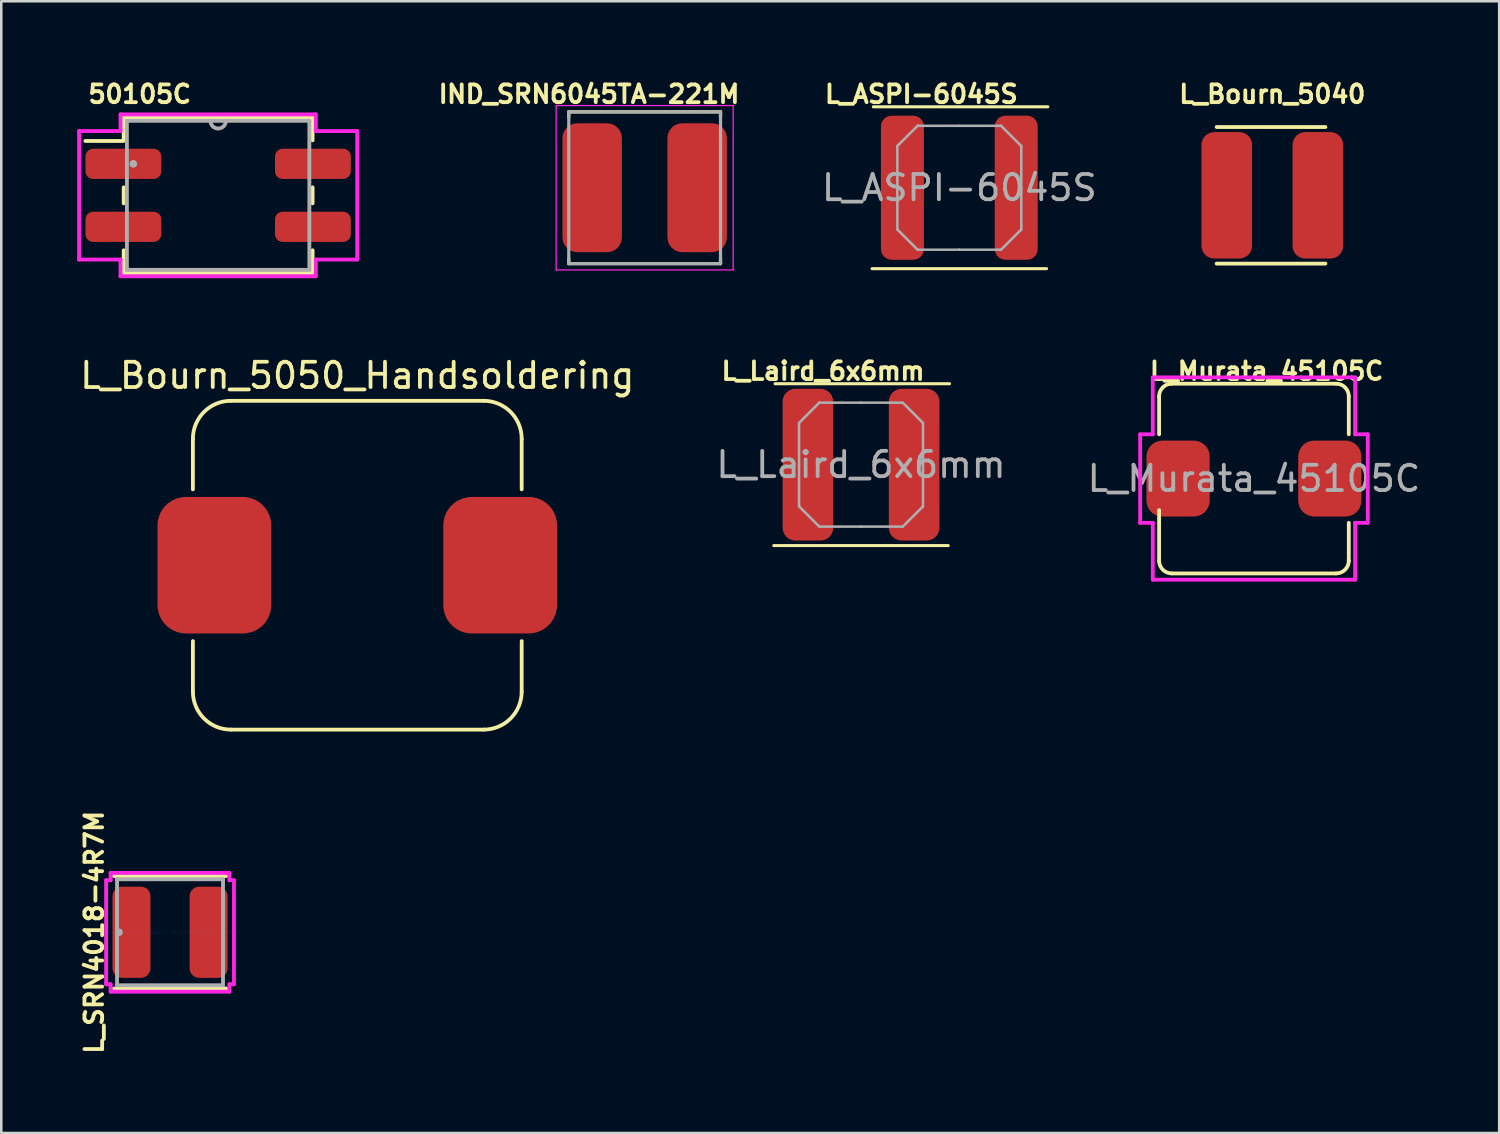
<source format=kicad_pcb>
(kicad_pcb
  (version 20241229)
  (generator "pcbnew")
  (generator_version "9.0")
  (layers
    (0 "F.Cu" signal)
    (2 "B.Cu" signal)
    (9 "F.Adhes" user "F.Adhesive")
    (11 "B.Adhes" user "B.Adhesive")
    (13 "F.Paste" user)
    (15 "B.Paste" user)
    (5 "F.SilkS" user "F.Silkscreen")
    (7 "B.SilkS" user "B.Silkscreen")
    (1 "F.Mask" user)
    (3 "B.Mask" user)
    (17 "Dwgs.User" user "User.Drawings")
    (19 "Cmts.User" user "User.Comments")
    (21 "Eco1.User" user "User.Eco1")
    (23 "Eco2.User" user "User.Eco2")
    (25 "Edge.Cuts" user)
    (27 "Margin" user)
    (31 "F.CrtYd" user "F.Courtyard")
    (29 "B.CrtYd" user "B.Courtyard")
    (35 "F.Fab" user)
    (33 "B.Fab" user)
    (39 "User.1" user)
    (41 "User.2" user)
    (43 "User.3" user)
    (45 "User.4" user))
  (footprint "L_Murata_45105C"
    (layer "F.Cu")
    (at 46.53 15.872)
    (property "Reference" "L_Murata_45105C" (at 0.5 -4.25 0) (layer "F.SilkS") (effects (font (size 0.7 0.7) (thickness 0.15))))
    (attr smd)
    (fp_line (start -3.75 -1.75) (end -3.75 -3.25) (stroke (width 0.15) (type solid)) (layer "F.SilkS"))
    (fp_line (start -3.75 3.25) (end -3.75 1.25) (stroke (width 0.15) (type solid)) (layer "F.SilkS"))
    (fp_line (start -3.25 -3.75) (end 3.25 -3.75) (stroke (width 0.15) (type solid)) (layer "F.SilkS"))
    (fp_line (start 3.25 3.75) (end -3.25 3.75) (stroke (width 0.15) (type solid)) (layer "F.SilkS"))
    (fp_line (start 3.75 -3.25) (end 3.75 -1.75) (stroke (width 0.15) (type solid)) (layer "F.SilkS"))
    (fp_line (start 3.75 1.75) (end 3.75 3.25) (stroke (width 0.15) (type solid)) (layer "F.SilkS"))
    (fp_arc (start -3.75 -3.25) (mid -3.603553 -3.603553) (end -3.25 -3.75) (stroke (width 0.15) (type solid)) (layer "F.SilkS"))
    (fp_arc (start -3.25 3.75) (mid -3.603553 3.603553) (end -3.75 3.25) (stroke (width 0.15) (type solid)) (layer "F.SilkS"))
    (fp_arc (start 3.25 -3.75) (mid 3.603553 -3.603553) (end 3.75 -3.25) (stroke (width 0.15) (type solid)) (layer "F.SilkS"))
    (fp_arc (start 3.75 3.25) (mid 3.603553 3.603553) (end 3.25 3.75) (stroke (width 0.15) (type solid)) (layer "F.SilkS"))
    (fp_line (start -4.5 -1.75) (end -4 -1.75) (stroke (width 0.15) (type solid)) (layer "F.CrtYd"))
    (fp_line (start -4.5 1.75) (end -4.5 -1.75) (stroke (width 0.15) (type solid)) (layer "F.CrtYd"))
    (fp_line (start -4 -4) (end 4 -4) (stroke (width 0.15) (type solid)) (layer "F.CrtYd"))
    (fp_line (start -4 -1.75) (end -4 -4) (stroke (width 0.15) (type solid)) (layer "F.CrtYd"))
    (fp_line (start -4 1.75) (end -4.5 1.75) (stroke (width 0.15) (type solid)) (layer "F.CrtYd"))
    (fp_line (start -4 4) (end -4 1.75) (stroke (width 0.15) (type solid)) (layer "F.CrtYd"))
    (fp_line (start 4 -4) (end 4 -1.75) (stroke (width 0.15) (type solid)) (layer "F.CrtYd"))
    (fp_line (start 4 -1.75) (end 4.5 -1.75) (stroke (width 0.15) (type solid)) (layer "F.CrtYd"))
    (fp_line (start 4 1.75) (end 4 4) (stroke (width 0.15) (type solid)) (layer "F.CrtYd"))
    (fp_line (start 4 4) (end -4 4) (stroke (width 0.15) (type solid)) (layer "F.CrtYd"))
    (fp_line (start 4.5 -1.75) (end 4.5 1.75) (stroke (width 0.15) (type solid)) (layer "F.CrtYd"))
    (fp_line (start 4.5 1.75) (end 4 1.75) (stroke (width 0.15) (type solid)) (layer "F.CrtYd"))
    (fp_text user "${REFERENCE}" (at 0 0 0) (layer "F.Fab") (effects (font (size 1 1) (thickness 0.15))))
    (pad "1" smd roundrect (at -3 0) (size 2.5 3) (layers "F.Cu" "F.Mask" "F.Paste") (roundrect_rratio 0.25))
    (pad "2" smd roundrect (at 3 0) (size 2.5 3) (layers "F.Cu" "F.Mask" "F.Paste") (roundrect_rratio 0.25)))
  (footprint "L_ASPI-6045S"
    (layer "F.Cu")
    (at 34.881 4.373)
    (property "Reference" "L_ASPI-6045S" (at -1.5 -3.7 0) (layer "F.SilkS") (effects (font (size 0.7 0.7) (thickness 0.15))))
    (attr smd)
    (fp_line (start -3.45 3.2) (end 3.45 3.2) (stroke (width 0.12) (type solid)) (layer "F.SilkS"))
    (fp_line (start -3.4 -3.2) (end 3.5 -3.2) (stroke (width 0.12) (type solid)) (layer "F.SilkS"))
    (fp_line (start -2.45 -1.65) (end -1.65 -2.45) (stroke (width 0.1) (type solid)) (layer "F.Fab"))
    (fp_line (start -2.45 0) (end -2.45 -1.65) (stroke (width 0.1) (type solid)) (layer "F.Fab"))
    (fp_line (start -2.45 0) (end -2.45 1.65) (stroke (width 0.1) (type solid)) (layer "F.Fab"))
    (fp_line (start -2.45 1.65) (end -1.65 2.45) (stroke (width 0.1) (type solid)) (layer "F.Fab"))
    (fp_line (start -1.65 -2.45) (end 0 -2.45) (stroke (width 0.1) (type solid)) (layer "F.Fab"))
    (fp_line (start -1.65 2.45) (end 0 2.45) (stroke (width 0.1) (type solid)) (layer "F.Fab"))
    (fp_line (start 1.65 -2.45) (end 0 -2.45) (stroke (width 0.1) (type solid)) (layer "F.Fab"))
    (fp_line (start 1.65 2.45) (end 0 2.45) (stroke (width 0.1) (type solid)) (layer "F.Fab"))
    (fp_line (start 2.45 -1.65) (end 1.65 -2.45) (stroke (width 0.1) (type solid)) (layer "F.Fab"))
    (fp_line (start 2.45 0) (end 2.45 -1.65) (stroke (width 0.1) (type solid)) (layer "F.Fab"))
    (fp_line (start 2.45 0) (end 2.45 1.65) (stroke (width 0.1) (type solid)) (layer "F.Fab"))
    (fp_line (start 2.45 1.65) (end 1.65 2.45) (stroke (width 0.1) (type solid)) (layer "F.Fab"))
    (fp_text user "${REFERENCE}" (at 0 0 0) (layer "F.Fab") (effects (font (size 1 1) (thickness 0.15))))
    (pad "1" smd roundrect (at -2.25 0) (size 1.7 5.7) (layers "F.Cu" "F.Mask" "F.Paste") (roundrect_rratio 0.25))
    (pad "2" smd roundrect (at 2.25 0) (size 1.7 5.7) (layers "F.Cu" "F.Mask" "F.Paste") (roundrect_rratio 0.25)))
  (footprint "IND_SRN6045TA-221M"
    (layer "F.Cu")
    (at 22.439 4.373)
    (property "Reference" "IND_SRN6045TA-221M" (at -2.2 -3.7 0) (layer "F.SilkS") (effects (font (size 0.7 0.7) (thickness 0.15))))
    (attr through_hole)
    (fp_line (start -3 -3) (end 3 -3) (stroke (width 0.127) (type solid)) (layer "F.SilkS"))
    (fp_line (start -3 -2.8) (end -3 -3) (stroke (width 0.127) (type solid)) (layer "F.SilkS"))
    (fp_line (start -3 2.8) (end -3 3) (stroke (width 0.127) (type solid)) (layer "F.SilkS"))
    (fp_line (start -3 3) (end 3 3) (stroke (width 0.127) (type solid)) (layer "F.SilkS"))
    (fp_line (start 3 -3) (end 3 -2.8) (stroke (width 0.127) (type solid)) (layer "F.SilkS"))
    (fp_line (start 3 3) (end 3 2.8) (stroke (width 0.127) (type solid)) (layer "F.SilkS"))
    (fp_line (start -3.5 -3.25) (end 3.5 -3.25) (stroke (width 0.05) (type solid)) (layer "F.CrtYd"))
    (fp_line (start -3.5 3.25) (end -3.5 -3.25) (stroke (width 0.05) (type solid)) (layer "F.CrtYd"))
    (fp_line (start 3.5 -3.25) (end 3.5 3.25) (stroke (width 0.05) (type solid)) (layer "F.CrtYd"))
    (fp_line (start 3.5 3.25) (end -3.5 3.25) (stroke (width 0.05) (type solid)) (layer "F.CrtYd"))
    (fp_line (start -3 -3) (end 3 -3) (stroke (width 0.127) (type solid)) (layer "F.Fab"))
    (fp_line (start -3 3) (end -3 -3) (stroke (width 0.127) (type solid)) (layer "F.Fab"))
    (fp_line (start 3 -3) (end 3 3) (stroke (width 0.127) (type solid)) (layer "F.Fab"))
    (fp_line (start 3 3) (end -3 3) (stroke (width 0.127) (type solid)) (layer "F.Fab"))
    (pad "1" smd roundrect (at -2.075 0) (size 2.35 5.1) (layers "F.Cu" "F.Mask" "F.Paste") (roundrect_rratio 0.25))
    (pad "2" smd roundrect (at 2.075 0) (size 2.35 5.1) (layers "F.Cu" "F.Mask" "F.Paste") (roundrect_rratio 0.25)))
  (footprint "50105C"
    (layer "F.Cu")
    (at 5.575 4.673)
    (property "Reference" "50105C" (at -3.1 -4 0) (layer "F.SilkS") (effects (font (size 0.7 0.7) (thickness 0.15))))
    (attr smd)
    (fp_line (start -3.75 -2.15) (end -5.25 -2.15) (stroke (width 0.15) (type solid)) (layer "F.SilkS"))
    (fp_line (start -3.734 -3.073) (end -3.734 -2.174) (stroke (width 0.152) (type solid)) (layer "F.SilkS"))
    (fp_line (start -3.734 -0.315) (end -3.734 0.315) (stroke (width 0.152) (type solid)) (layer "F.SilkS"))
    (fp_line (start -3.734 2.174) (end -3.734 3.073) (stroke (width 0.152) (type solid)) (layer "F.SilkS"))
    (fp_line (start -3.734 3.073) (end 3.734 3.073) (stroke (width 0.152) (type solid)) (layer "F.SilkS"))
    (fp_line (start 3.734 -3.073) (end -3.734 -3.073) (stroke (width 0.152) (type solid)) (layer "F.SilkS"))
    (fp_line (start 3.734 -2.174) (end 3.734 -3.073) (stroke (width 0.152) (type solid)) (layer "F.SilkS"))
    (fp_line (start 3.734 0.315) (end 3.734 -0.315) (stroke (width 0.152) (type solid)) (layer "F.SilkS"))
    (fp_line (start 3.734 3.073) (end 3.734 2.174) (stroke (width 0.152) (type solid)) (layer "F.SilkS"))
    (fp_line (start -5.499 -2.54) (end -3.861 -2.54) (stroke (width 0.152) (type solid)) (layer "F.CrtYd"))
    (fp_line (start -5.499 2.54) (end -5.499 -2.54) (stroke (width 0.152) (type solid)) (layer "F.CrtYd"))
    (fp_line (start -3.861 -3.2) (end 3.861 -3.2) (stroke (width 0.152) (type solid)) (layer "F.CrtYd"))
    (fp_line (start -3.861 -2.54) (end -3.861 -3.2) (stroke (width 0.152) (type solid)) (layer "F.CrtYd"))
    (fp_line (start -3.861 2.54) (end -5.499 2.54) (stroke (width 0.152) (type solid)) (layer "F.CrtYd"))
    (fp_line (start -3.861 3.2) (end -3.861 2.54) (stroke (width 0.152) (type solid)) (layer "F.CrtYd"))
    (fp_line (start 3.861 -3.2) (end 3.861 -2.54) (stroke (width 0.152) (type solid)) (layer "F.CrtYd"))
    (fp_line (start 3.861 -2.54) (end 5.499 -2.54) (stroke (width 0.152) (type solid)) (layer "F.CrtYd"))
    (fp_line (start 3.861 2.54) (end 3.861 3.2) (stroke (width 0.152) (type solid)) (layer "F.CrtYd"))
    (fp_line (start 3.861 3.2) (end -3.861 3.2) (stroke (width 0.152) (type solid)) (layer "F.CrtYd"))
    (fp_line (start 5.499 -2.54) (end 5.499 2.54) (stroke (width 0.152) (type solid)) (layer "F.CrtYd"))
    (fp_line (start 5.499 2.54) (end 3.861 2.54) (stroke (width 0.152) (type solid)) (layer "F.CrtYd"))
    (fp_line (start -3.607 -2.946) (end -3.607 2.946) (stroke (width 0.152) (type solid)) (layer "F.Fab"))
    (fp_line (start -3.607 2.946) (end 3.607 2.946) (stroke (width 0.152) (type solid)) (layer "F.Fab"))
    (fp_line (start 3.607 -2.946) (end -3.607 -2.946) (stroke (width 0.152) (type solid)) (layer "F.Fab"))
    (fp_line (start 3.607 2.946) (end 3.607 -2.946) (stroke (width 0.152) (type solid)) (layer "F.Fab"))
    (fp_arc (start 0.3048 -2.9464) (mid 0 -2.6416) (end -0.3048 -2.9464) (stroke (width 0.1524) (type solid)) (layer "F.Fab"))
    (fp_circle (center -3.353 -1.245) (end -3.277 -1.245) (stroke (width 0.152) (type solid)) (fill no) (layer "F.Fab"))
    (pad "1" smd roundrect (at -3.747 -1.245) (size 2.997 1.194) (layers "F.Cu" "F.Mask" "F.Paste") (roundrect_rratio 0.25))
    (pad "2" smd roundrect (at -3.747 1.245) (size 2.997 1.194) (layers "F.Cu" "F.Mask" "F.Paste") (roundrect_rratio 0.25))
    (pad "3" smd roundrect (at 3.747 1.245) (size 2.997 1.194) (layers "F.Cu" "F.Mask" "F.Paste") (roundrect_rratio 0.25))
    (pad "4" smd roundrect (at 3.747 -1.245) (size 2.997 1.194) (layers "F.Cu" "F.Mask" "F.Paste") (roundrect_rratio 0.25)))
  (footprint "L_Laird_6x6mm"
    (layer "F.Cu")
    (at 30.994 15.322)
    (property "Reference" "L_Laird_6x6mm" (at -1.5 -3.7 0) (layer "F.SilkS") (effects (font (size 0.7 0.7) (thickness 0.15))))
    (attr smd)
    (fp_line (start -3.45 3.2) (end 3.45 3.2) (stroke (width 0.12) (type solid)) (layer "F.SilkS"))
    (fp_line (start -3.4 -3.2) (end 3.5 -3.2) (stroke (width 0.12) (type solid)) (layer "F.SilkS"))
    (fp_line (start -2.45 -1.65) (end -1.65 -2.45) (stroke (width 0.1) (type solid)) (layer "F.Fab"))
    (fp_line (start -2.45 0) (end -2.45 -1.65) (stroke (width 0.1) (type solid)) (layer "F.Fab"))
    (fp_line (start -2.45 0) (end -2.45 1.65) (stroke (width 0.1) (type solid)) (layer "F.Fab"))
    (fp_line (start -2.45 1.65) (end -1.65 2.45) (stroke (width 0.1) (type solid)) (layer "F.Fab"))
    (fp_line (start -1.65 -2.45) (end 0 -2.45) (stroke (width 0.1) (type solid)) (layer "F.Fab"))
    (fp_line (start -1.65 2.45) (end 0 2.45) (stroke (width 0.1) (type solid)) (layer "F.Fab"))
    (fp_line (start 1.65 -2.45) (end 0 -2.45) (stroke (width 0.1) (type solid)) (layer "F.Fab"))
    (fp_line (start 1.65 2.45) (end 0 2.45) (stroke (width 0.1) (type solid)) (layer "F.Fab"))
    (fp_line (start 2.45 -1.65) (end 1.65 -2.45) (stroke (width 0.1) (type solid)) (layer "F.Fab"))
    (fp_line (start 2.45 0) (end 2.45 -1.65) (stroke (width 0.1) (type solid)) (layer "F.Fab"))
    (fp_line (start 2.45 0) (end 2.45 1.65) (stroke (width 0.1) (type solid)) (layer "F.Fab"))
    (fp_line (start 2.45 1.65) (end 1.65 2.45) (stroke (width 0.1) (type solid)) (layer "F.Fab"))
    (fp_text user "${REFERENCE}" (at 0 0 0) (layer "F.Fab") (effects (font (size 1 1) (thickness 0.15))))
    (pad "1" smd roundrect (at -2.1 0) (size 2 6) (layers "F.Cu" "F.Mask" "F.Paste") (roundrect_rratio 0.25))
    (pad "2" smd roundrect (at 2.1 0) (size 2 6) (layers "F.Cu" "F.Mask" "F.Paste") (roundrect_rratio 0.25)))
  (footprint "L_SRN4018-4R7M"
    (layer "F.Cu")
    (at 3.673 33.811)
    (property "Reference" "L_SRN4018-4R7M" (at -3 0 90) (layer "F.SilkS") (effects (font (size 0.7 0.7) (thickness 0.15))))
    (attr smd)
    (fp_line (start -2.223 2.223) (end 2.223 2.223) (stroke (width 0.152) (type solid)) (layer "F.SilkS"))
    (fp_line (start 2.223 -2.223) (end -2.223 -2.223) (stroke (width 0.152) (type solid)) (layer "F.SilkS"))
    (fp_line (start -2.527 -2.057) (end -2.349 -2.057) (stroke (width 0.152) (type solid)) (layer "F.CrtYd"))
    (fp_line (start -2.527 2.057) (end -2.527 -2.057) (stroke (width 0.152) (type solid)) (layer "F.CrtYd"))
    (fp_line (start -2.349 -2.349) (end 2.349 -2.349) (stroke (width 0.152) (type solid)) (layer "F.CrtYd"))
    (fp_line (start -2.349 -2.057) (end -2.349 -2.349) (stroke (width 0.152) (type solid)) (layer "F.CrtYd"))
    (fp_line (start -2.349 2.057) (end -2.527 2.057) (stroke (width 0.152) (type solid)) (layer "F.CrtYd"))
    (fp_line (start -2.349 2.349) (end -2.349 2.057) (stroke (width 0.152) (type solid)) (layer "F.CrtYd"))
    (fp_line (start 2.349 -2.349) (end 2.349 -2.057) (stroke (width 0.152) (type solid)) (layer "F.CrtYd"))
    (fp_line (start 2.349 -2.057) (end 2.527 -2.057) (stroke (width 0.152) (type solid)) (layer "F.CrtYd"))
    (fp_line (start 2.349 2.057) (end 2.349 2.349) (stroke (width 0.152) (type solid)) (layer "F.CrtYd"))
    (fp_line (start 2.349 2.349) (end -2.349 2.349) (stroke (width 0.152) (type solid)) (layer "F.CrtYd"))
    (fp_line (start 2.527 -2.057) (end 2.527 2.057) (stroke (width 0.152) (type solid)) (layer "F.CrtYd"))
    (fp_line (start 2.527 2.057) (end 2.349 2.057) (stroke (width 0.152) (type solid)) (layer "F.CrtYd"))
    (fp_line (start -2.095 -2.095) (end -2.095 2.095) (stroke (width 0.152) (type solid)) (layer "F.Fab"))
    (fp_line (start -2.095 2.095) (end 2.095 2.095) (stroke (width 0.152) (type solid)) (layer "F.Fab"))
    (fp_line (start 2.095 -2.095) (end -2.095 -2.095) (stroke (width 0.152) (type solid)) (layer "F.Fab"))
    (fp_line (start 2.095 2.095) (end 2.095 -2.095) (stroke (width 0.152) (type solid)) (layer "F.Fab"))
    (fp_circle (center -2.019 0) (end -1.943 0) (stroke (width 0.152) (type solid)) (fill no) (layer "F.Fab"))
    (fp_text user "Copyright 2016 Accelerated Designs. All rights reserved." (at 0 0 0) (layer "Cmts.User") (effects (font (size 0.127 0.127) (thickness 0.002))))
    (pad "1" smd roundrect (at -1.524 0) (size 1.499 3.607) (layers "F.Cu" "F.Mask" "F.Paste") (roundrect_rratio 0.25))
    (pad "2" smd roundrect (at 1.524 0) (size 1.499 3.607) (layers "F.Cu" "F.Mask" "F.Paste") (roundrect_rratio 0.25)))
  (footprint "L_Bourn_5040"
    (layer "F.Cu")
    (at 47.256 4.673)
    (property "Reference" "L_Bourn_5040" (at 0 -4 0) (layer "F.SilkS") (effects (font (size 0.7 0.7) (thickness 0.15))))
    (attr smd)
    (fp_line (start -2.2 -2.7) (end 2.1 -2.7) (stroke (width 0.15) (type solid)) (layer "F.SilkS"))
    (fp_line (start -2.2 2.7) (end 2.1 2.7) (stroke (width 0.15) (type solid)) (layer "F.SilkS"))
    (pad "1" smd roundrect (at -1.8 0) (size 2 5) (layers "F.Cu" "F.Mask" "F.Paste") (roundrect_rratio 0.25))
    (pad "2" smd roundrect (at 1.8 0) (size 2 5) (layers "F.Cu" "F.Mask" "F.Paste") (roundrect_rratio 0.25)))
  (footprint "L_Bourn_5050_Handsoldering"
    (layer "F.Cu")
    (at 11.077 19.298)
    (property "Reference" "L_Bourn_5050_Handsoldering" (at 0 -7.5 0) (layer "F.SilkS") (effects (font (size 1 1) (thickness 0.15))))
    (attr smd)
    (fp_line (start -6.5 -3) (end -6.5 -5) (stroke (width 0.15) (type solid)) (layer "F.SilkS"))
    (fp_line (start -6.5 5) (end -6.5 3) (stroke (width 0.15) (type solid)) (layer "F.SilkS"))
    (fp_line (start -5 -6.5) (end 5 -6.5) (stroke (width 0.15) (type solid)) (layer "F.SilkS"))
    (fp_line (start 5 6.5) (end -5 6.5) (stroke (width 0.15) (type solid)) (layer "F.SilkS"))
    (fp_line (start 6.5 -5) (end 6.5 -3) (stroke (width 0.15) (type solid)) (layer "F.SilkS"))
    (fp_line (start 6.5 3) (end 6.5 5) (stroke (width 0.15) (type solid)) (layer "F.SilkS"))
    (fp_arc (start -6.5 -5) (mid -6.06066 -6.06066) (end -5 -6.5) (stroke (width 0.15) (type solid)) (layer "F.SilkS"))
    (fp_arc (start -5 6.5) (mid -6.06066 6.06066) (end -6.5 5) (stroke (width 0.15) (type solid)) (layer "F.SilkS"))
    (fp_arc (start 5 -6.5) (mid 6.06066 -6.06066) (end 6.5 -5) (stroke (width 0.15) (type solid)) (layer "F.SilkS"))
    (fp_arc (start 6.5 5) (mid 6.06066 6.06066) (end 5 6.5) (stroke (width 0.15) (type solid)) (layer "F.SilkS"))
    (pad "1" smd roundrect (at -5.65 0) (size 4.5 5.4) (layers "F.Cu" "F.Mask" "F.Paste") (roundrect_rratio 0.25))
    (pad "2" smd roundrect (at 5.65 0) (size 4.5 5.4) (layers "F.Cu" "F.Mask" "F.Paste") (roundrect_rratio 0.25)))
  (gr_rect
    (start -3 -3)
    (end 56.226 41.749)
    (stroke (width 0.1) (type default))
    (fill no)
    (layer "Edge.Cuts")))
</source>
